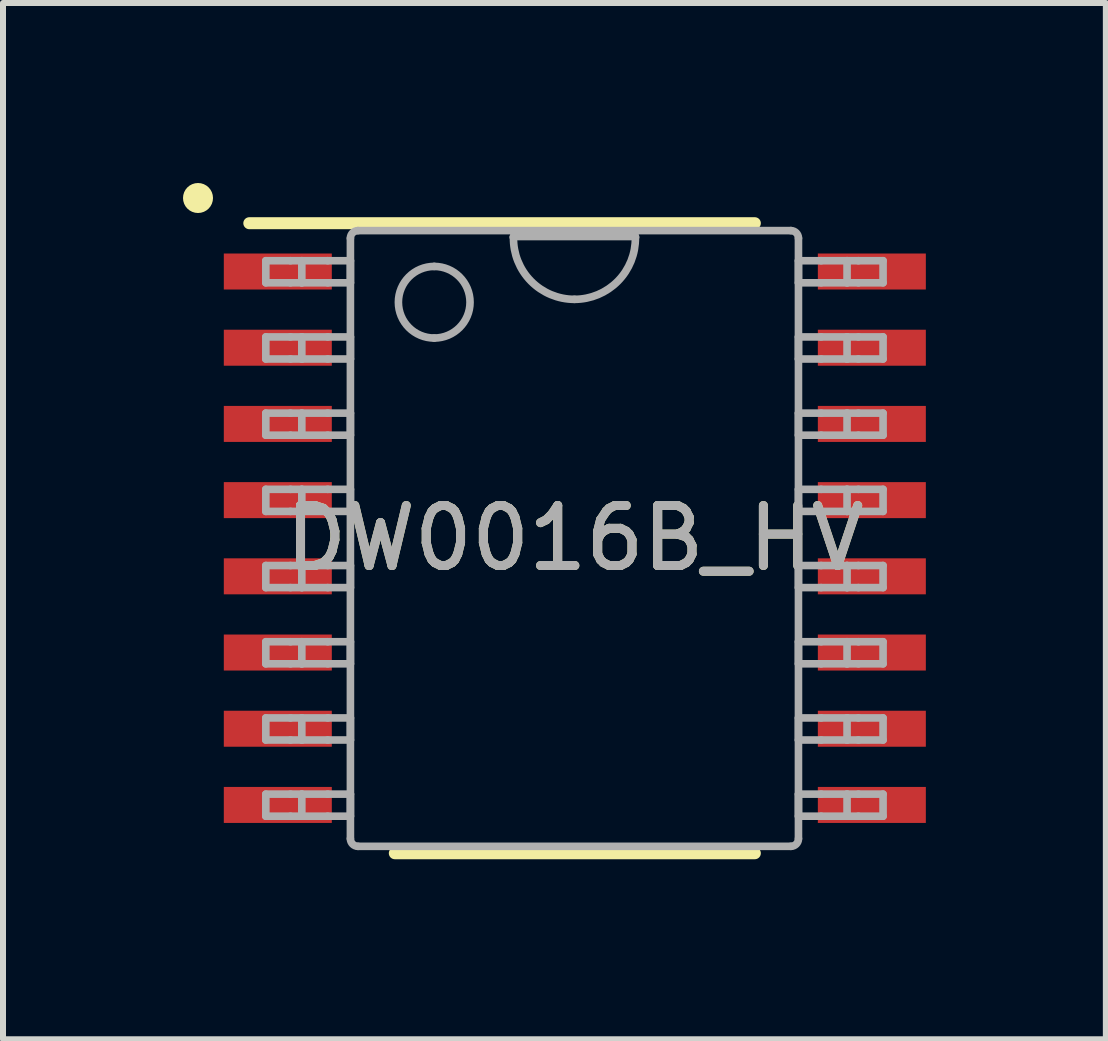
<source format=kicad_pcb>
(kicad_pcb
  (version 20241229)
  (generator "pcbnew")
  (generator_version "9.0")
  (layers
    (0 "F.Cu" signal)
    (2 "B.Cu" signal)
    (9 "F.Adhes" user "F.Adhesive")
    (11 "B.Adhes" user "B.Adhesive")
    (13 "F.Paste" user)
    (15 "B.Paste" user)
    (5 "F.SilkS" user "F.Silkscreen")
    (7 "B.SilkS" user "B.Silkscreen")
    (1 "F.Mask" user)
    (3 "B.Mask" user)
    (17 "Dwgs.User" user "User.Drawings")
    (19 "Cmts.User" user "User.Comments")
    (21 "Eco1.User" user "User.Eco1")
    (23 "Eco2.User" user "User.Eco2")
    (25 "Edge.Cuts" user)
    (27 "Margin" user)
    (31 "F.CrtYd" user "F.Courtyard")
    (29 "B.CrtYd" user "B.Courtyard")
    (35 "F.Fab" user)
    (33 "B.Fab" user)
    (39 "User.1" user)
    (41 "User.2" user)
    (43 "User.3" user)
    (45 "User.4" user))
  (footprint "DW0016B_HV"
    (layer "F.Cu")
    (at 6.53 5.92)
    (property "Reference" "DW0016B_HV" (at 0 0 0) (unlocked yes) (layer "F.SilkS") (effects (font (size 1 1) (thickness 0.15))))
    (attr smd)
    (fp_line (start -5.425 -5.25) (end 3 -5.25) (stroke (width 0.2) (type solid)) (layer "F.SilkS"))
    (fp_line (start -3 5.25) (end 3 5.25) (stroke (width 0.2) (type solid)) (layer "F.SilkS"))
    (fp_circle (center -6.28 -5.67) (end -6.28 -5.795) (stroke (width 0.25) (type solid)) (fill no) (layer "F.SilkS"))
    (fp_line (start -5.15 -4.625) (end -4.739 -4.625) (stroke (width 0.127) (type solid)) (layer "F.Fab"))
    (fp_line (start -5.15 -4.257) (end -5.15 -4.625) (stroke (width 0.127) (type solid)) (layer "F.Fab"))
    (fp_line (start -5.15 -4.257) (end -4.739 -4.257) (stroke (width 0.127) (type solid)) (layer "F.Fab"))
    (fp_line (start -5.15 -3.355) (end -4.739 -3.355) (stroke (width 0.127) (type solid)) (layer "F.Fab"))
    (fp_line (start -5.15 -2.987) (end -5.15 -3.355) (stroke (width 0.127) (type solid)) (layer "F.Fab"))
    (fp_line (start -5.15 -2.987) (end -4.739 -2.987) (stroke (width 0.127) (type solid)) (layer "F.Fab"))
    (fp_line (start -5.15 -2.085) (end -4.739 -2.085) (stroke (width 0.127) (type solid)) (layer "F.Fab"))
    (fp_line (start -5.15 -1.717) (end -5.15 -2.085) (stroke (width 0.127) (type solid)) (layer "F.Fab"))
    (fp_line (start -5.15 -1.717) (end -4.739 -1.717) (stroke (width 0.127) (type solid)) (layer "F.Fab"))
    (fp_line (start -5.15 -0.815) (end -4.739 -0.815) (stroke (width 0.127) (type solid)) (layer "F.Fab"))
    (fp_line (start -5.15 -0.447) (end -5.15 -0.815) (stroke (width 0.127) (type solid)) (layer "F.Fab"))
    (fp_line (start -5.15 -0.447) (end -4.739 -0.447) (stroke (width 0.127) (type solid)) (layer "F.Fab"))
    (fp_line (start -5.15 0.455) (end -4.739 0.455) (stroke (width 0.127) (type solid)) (layer "F.Fab"))
    (fp_line (start -5.15 0.823) (end -5.15 0.455) (stroke (width 0.127) (type solid)) (layer "F.Fab"))
    (fp_line (start -5.15 0.823) (end -4.739 0.823) (stroke (width 0.127) (type solid)) (layer "F.Fab"))
    (fp_line (start -5.15 1.725) (end -4.739 1.725) (stroke (width 0.127) (type solid)) (layer "F.Fab"))
    (fp_line (start -5.15 2.093) (end -5.15 1.725) (stroke (width 0.127) (type solid)) (layer "F.Fab"))
    (fp_line (start -5.15 2.093) (end -4.739 2.093) (stroke (width 0.127) (type solid)) (layer "F.Fab"))
    (fp_line (start -5.15 2.995) (end -4.739 2.995) (stroke (width 0.127) (type solid)) (layer "F.Fab"))
    (fp_line (start -5.15 3.363) (end -5.15 2.995) (stroke (width 0.127) (type solid)) (layer "F.Fab"))
    (fp_line (start -5.15 3.363) (end -4.739 3.363) (stroke (width 0.127) (type solid)) (layer "F.Fab"))
    (fp_line (start -5.15 4.265) (end -4.739 4.265) (stroke (width 0.127) (type solid)) (layer "F.Fab"))
    (fp_line (start -5.15 4.633) (end -5.15 4.265) (stroke (width 0.127) (type solid)) (layer "F.Fab"))
    (fp_line (start -5.15 4.633) (end -4.739 4.633) (stroke (width 0.127) (type solid)) (layer "F.Fab"))
    (fp_line (start -4.739 -4.625) (end -4.55 -4.625) (stroke (width 0.127) (type solid)) (layer "F.Fab"))
    (fp_line (start -4.739 -4.257) (end -4.55 -4.257) (stroke (width 0.127) (type solid)) (layer "F.Fab"))
    (fp_line (start -4.739 -3.355) (end -4.55 -3.355) (stroke (width 0.127) (type solid)) (layer "F.Fab"))
    (fp_line (start -4.739 -2.987) (end -4.55 -2.987) (stroke (width 0.127) (type solid)) (layer "F.Fab"))
    (fp_line (start -4.739 -2.085) (end -4.55 -2.085) (stroke (width 0.127) (type solid)) (layer "F.Fab"))
    (fp_line (start -4.739 -1.717) (end -4.55 -1.717) (stroke (width 0.127) (type solid)) (layer "F.Fab"))
    (fp_line (start -4.739 -0.815) (end -4.55 -0.815) (stroke (width 0.127) (type solid)) (layer "F.Fab"))
    (fp_line (start -4.739 -0.447) (end -4.55 -0.447) (stroke (width 0.127) (type solid)) (layer "F.Fab"))
    (fp_line (start -4.739 0.455) (end -4.55 0.455) (stroke (width 0.127) (type solid)) (layer "F.Fab"))
    (fp_line (start -4.739 0.823) (end -4.55 0.823) (stroke (width 0.127) (type solid)) (layer "F.Fab"))
    (fp_line (start -4.739 1.725) (end -4.55 1.725) (stroke (width 0.127) (type solid)) (layer "F.Fab"))
    (fp_line (start -4.739 2.093) (end -4.55 2.093) (stroke (width 0.127) (type solid)) (layer "F.Fab"))
    (fp_line (start -4.739 2.995) (end -4.55 2.995) (stroke (width 0.127) (type solid)) (layer "F.Fab"))
    (fp_line (start -4.739 3.363) (end -4.55 3.363) (stroke (width 0.127) (type solid)) (layer "F.Fab"))
    (fp_line (start -4.739 4.265) (end -4.55 4.265) (stroke (width 0.127) (type solid)) (layer "F.Fab"))
    (fp_line (start -4.739 4.633) (end -4.55 4.633) (stroke (width 0.127) (type solid)) (layer "F.Fab"))
    (fp_line (start -4.55 -4.625) (end -4.118 -4.625) (stroke (width 0.127) (type solid)) (layer "F.Fab"))
    (fp_line (start -4.55 -4.257) (end -4.55 -4.625) (stroke (width 0.127) (type solid)) (layer "F.Fab"))
    (fp_line (start -4.55 -4.257) (end -4.118 -4.257) (stroke (width 0.127) (type solid)) (layer "F.Fab"))
    (fp_line (start -4.55 -3.355) (end -4.118 -3.355) (stroke (width 0.127) (type solid)) (layer "F.Fab"))
    (fp_line (start -4.55 -2.987) (end -4.55 -3.355) (stroke (width 0.127) (type solid)) (layer "F.Fab"))
    (fp_line (start -4.55 -2.987) (end -4.118 -2.987) (stroke (width 0.127) (type solid)) (layer "F.Fab"))
    (fp_line (start -4.55 -2.085) (end -4.118 -2.085) (stroke (width 0.127) (type solid)) (layer "F.Fab"))
    (fp_line (start -4.55 -1.717) (end -4.55 -2.085) (stroke (width 0.127) (type solid)) (layer "F.Fab"))
    (fp_line (start -4.55 -1.717) (end -4.118 -1.717) (stroke (width 0.127) (type solid)) (layer "F.Fab"))
    (fp_line (start -4.55 -0.815) (end -4.118 -0.815) (stroke (width 0.127) (type solid)) (layer "F.Fab"))
    (fp_line (start -4.55 -0.447) (end -4.55 -0.815) (stroke (width 0.127) (type solid)) (layer "F.Fab"))
    (fp_line (start -4.55 -0.447) (end -4.118 -0.447) (stroke (width 0.127) (type solid)) (layer "F.Fab"))
    (fp_line (start -4.55 0.455) (end -4.118 0.455) (stroke (width 0.127) (type solid)) (layer "F.Fab"))
    (fp_line (start -4.55 0.823) (end -4.55 0.455) (stroke (width 0.127) (type solid)) (layer "F.Fab"))
    (fp_line (start -4.55 0.823) (end -4.118 0.823) (stroke (width 0.127) (type solid)) (layer "F.Fab"))
    (fp_line (start -4.55 1.725) (end -4.118 1.725) (stroke (width 0.127) (type solid)) (layer "F.Fab"))
    (fp_line (start -4.55 2.093) (end -4.55 1.725) (stroke (width 0.127) (type solid)) (layer "F.Fab"))
    (fp_line (start -4.55 2.093) (end -4.118 2.093) (stroke (width 0.127) (type solid)) (layer "F.Fab"))
    (fp_line (start -4.55 2.995) (end -4.118 2.995) (stroke (width 0.127) (type solid)) (layer "F.Fab"))
    (fp_line (start -4.55 3.363) (end -4.55 2.995) (stroke (width 0.127) (type solid)) (layer "F.Fab"))
    (fp_line (start -4.55 3.363) (end -4.118 3.363) (stroke (width 0.127) (type solid)) (layer "F.Fab"))
    (fp_line (start -4.55 4.265) (end -4.118 4.265) (stroke (width 0.127) (type solid)) (layer "F.Fab"))
    (fp_line (start -4.55 4.633) (end -4.55 4.265) (stroke (width 0.127) (type solid)) (layer "F.Fab"))
    (fp_line (start -4.55 4.633) (end -4.118 4.633) (stroke (width 0.127) (type solid)) (layer "F.Fab"))
    (fp_line (start -4.118 -4.625) (end -3.74 -4.625) (stroke (width 0.127) (type solid)) (layer "F.Fab"))
    (fp_line (start -4.118 -4.257) (end -3.74 -4.257) (stroke (width 0.127) (type solid)) (layer "F.Fab"))
    (fp_line (start -4.118 -3.355) (end -3.74 -3.355) (stroke (width 0.127) (type solid)) (layer "F.Fab"))
    (fp_line (start -4.118 -2.987) (end -3.74 -2.987) (stroke (width 0.127) (type solid)) (layer "F.Fab"))
    (fp_line (start -4.118 -2.085) (end -3.74 -2.085) (stroke (width 0.127) (type solid)) (layer "F.Fab"))
    (fp_line (start -4.118 -1.717) (end -3.74 -1.717) (stroke (width 0.127) (type solid)) (layer "F.Fab"))
    (fp_line (start -4.118 -0.815) (end -3.74 -0.815) (stroke (width 0.127) (type solid)) (layer "F.Fab"))
    (fp_line (start -4.118 -0.447) (end -3.74 -0.447) (stroke (width 0.127) (type solid)) (layer "F.Fab"))
    (fp_line (start -4.118 0.455) (end -3.74 0.455) (stroke (width 0.127) (type solid)) (layer "F.Fab"))
    (fp_line (start -4.118 0.823) (end -3.74 0.823) (stroke (width 0.127) (type solid)) (layer "F.Fab"))
    (fp_line (start -4.118 1.725) (end -3.74 1.725) (stroke (width 0.127) (type solid)) (layer "F.Fab"))
    (fp_line (start -4.118 2.093) (end -3.74 2.093) (stroke (width 0.127) (type solid)) (layer "F.Fab"))
    (fp_line (start -4.118 2.995) (end -3.74 2.995) (stroke (width 0.127) (type solid)) (layer "F.Fab"))
    (fp_line (start -4.118 3.363) (end -3.74 3.363) (stroke (width 0.127) (type solid)) (layer "F.Fab"))
    (fp_line (start -4.118 4.265) (end -3.74 4.265) (stroke (width 0.127) (type solid)) (layer "F.Fab"))
    (fp_line (start -4.118 4.633) (end -3.74 4.633) (stroke (width 0.127) (type solid)) (layer "F.Fab"))
    (fp_line (start -3.74 -4.257) (end -3.74 -4.625) (stroke (width 0.127) (type solid)) (layer "F.Fab"))
    (fp_line (start -3.74 -2.987) (end -3.74 -3.355) (stroke (width 0.127) (type solid)) (layer "F.Fab"))
    (fp_line (start -3.74 -1.717) (end -3.74 -2.085) (stroke (width 0.127) (type solid)) (layer "F.Fab"))
    (fp_line (start -3.74 -0.447) (end -3.74 -0.815) (stroke (width 0.127) (type solid)) (layer "F.Fab"))
    (fp_line (start -3.74 0.823) (end -3.74 0.455) (stroke (width 0.127) (type solid)) (layer "F.Fab"))
    (fp_line (start -3.74 2.093) (end -3.74 1.725) (stroke (width 0.127) (type solid)) (layer "F.Fab"))
    (fp_line (start -3.74 3.363) (end -3.74 2.995) (stroke (width 0.127) (type solid)) (layer "F.Fab"))
    (fp_line (start -3.74 4.633) (end -3.74 4.265) (stroke (width 0.127) (type solid)) (layer "F.Fab"))
    (fp_line (start -3.74 5.008) (end -3.74 -5) (stroke (width 0.127) (type solid)) (layer "F.Fab"))
    (fp_line (start -3.614 -5.127) (end 3.601 -5.127) (stroke (width 0.127) (type solid)) (layer "F.Fab"))
    (fp_line (start -3.614 5.135) (end 3.601 5.135) (stroke (width 0.127) (type solid)) (layer "F.Fab"))
    (fp_line (start -1.023 -5.011) (end -1.022 -5.013) (stroke (width 0.127) (type solid)) (layer "F.Fab"))
    (fp_line (start -1.022 -5.013) (end -1.022 -5.028) (stroke (width 0.127) (type solid)) (layer "F.Fab"))
    (fp_line (start -1.022 -5.028) (end 1.009 -5.028) (stroke (width 0.127) (type solid)) (layer "F.Fab"))
    (fp_line (start 1.009 -5.028) (end 1.009 -5.013) (stroke (width 0.127) (type solid)) (layer "F.Fab"))
    (fp_line (start 1.009 -5.013) (end 1.01 -5.011) (stroke (width 0.127) (type solid)) (layer "F.Fab"))
    (fp_line (start 3.727 -4.625) (end 4.105 -4.625) (stroke (width 0.127) (type solid)) (layer "F.Fab"))
    (fp_line (start 3.727 -4.257) (end 3.727 -4.625) (stroke (width 0.127) (type solid)) (layer "F.Fab"))
    (fp_line (start 3.727 -4.257) (end 4.105 -4.257) (stroke (width 0.127) (type solid)) (layer "F.Fab"))
    (fp_line (start 3.727 -3.355) (end 4.105 -3.355) (stroke (width 0.127) (type solid)) (layer "F.Fab"))
    (fp_line (start 3.727 -2.987) (end 3.727 -3.355) (stroke (width 0.127) (type solid)) (layer "F.Fab"))
    (fp_line (start 3.727 -2.987) (end 4.105 -2.987) (stroke (width 0.127) (type solid)) (layer "F.Fab"))
    (fp_line (start 3.727 -2.085) (end 4.105 -2.085) (stroke (width 0.127) (type solid)) (layer "F.Fab"))
    (fp_line (start 3.727 -1.717) (end 3.727 -2.085) (stroke (width 0.127) (type solid)) (layer "F.Fab"))
    (fp_line (start 3.727 -1.717) (end 4.105 -1.717) (stroke (width 0.127) (type solid)) (layer "F.Fab"))
    (fp_line (start 3.727 -0.815) (end 4.105 -0.815) (stroke (width 0.127) (type solid)) (layer "F.Fab"))
    (fp_line (start 3.727 -0.447) (end 3.727 -0.815) (stroke (width 0.127) (type solid)) (layer "F.Fab"))
    (fp_line (start 3.727 -0.447) (end 4.105 -0.447) (stroke (width 0.127) (type solid)) (layer "F.Fab"))
    (fp_line (start 3.727 0.455) (end 4.105 0.455) (stroke (width 0.127) (type solid)) (layer "F.Fab"))
    (fp_line (start 3.727 0.823) (end 3.727 0.455) (stroke (width 0.127) (type solid)) (layer "F.Fab"))
    (fp_line (start 3.727 0.823) (end 4.105 0.823) (stroke (width 0.127) (type solid)) (layer "F.Fab"))
    (fp_line (start 3.727 1.725) (end 4.105 1.725) (stroke (width 0.127) (type solid)) (layer "F.Fab"))
    (fp_line (start 3.727 2.093) (end 3.727 1.725) (stroke (width 0.127) (type solid)) (layer "F.Fab"))
    (fp_line (start 3.727 2.093) (end 4.105 2.093) (stroke (width 0.127) (type solid)) (layer "F.Fab"))
    (fp_line (start 3.727 2.995) (end 4.105 2.995) (stroke (width 0.127) (type solid)) (layer "F.Fab"))
    (fp_line (start 3.727 3.363) (end 3.727 2.995) (stroke (width 0.127) (type solid)) (layer "F.Fab"))
    (fp_line (start 3.727 3.363) (end 4.105 3.363) (stroke (width 0.127) (type solid)) (layer "F.Fab"))
    (fp_line (start 3.727 4.265) (end 4.105 4.265) (stroke (width 0.127) (type solid)) (layer "F.Fab"))
    (fp_line (start 3.727 4.633) (end 3.727 4.265) (stroke (width 0.127) (type solid)) (layer "F.Fab"))
    (fp_line (start 3.727 4.633) (end 4.105 4.633) (stroke (width 0.127) (type solid)) (layer "F.Fab"))
    (fp_line (start 3.727 5.008) (end 3.727 -5) (stroke (width 0.127) (type solid)) (layer "F.Fab"))
    (fp_line (start 4.105 -4.625) (end 4.537 -4.625) (stroke (width 0.127) (type solid)) (layer "F.Fab"))
    (fp_line (start 4.105 -4.257) (end 4.537 -4.257) (stroke (width 0.127) (type solid)) (layer "F.Fab"))
    (fp_line (start 4.105 -3.355) (end 4.537 -3.355) (stroke (width 0.127) (type solid)) (layer "F.Fab"))
    (fp_line (start 4.105 -2.987) (end 4.537 -2.987) (stroke (width 0.127) (type solid)) (layer "F.Fab"))
    (fp_line (start 4.105 -2.085) (end 4.537 -2.085) (stroke (width 0.127) (type solid)) (layer "F.Fab"))
    (fp_line (start 4.105 -1.717) (end 4.537 -1.717) (stroke (width 0.127) (type solid)) (layer "F.Fab"))
    (fp_line (start 4.105 -0.815) (end 4.537 -0.815) (stroke (width 0.127) (type solid)) (layer "F.Fab"))
    (fp_line (start 4.105 -0.447) (end 4.537 -0.447) (stroke (width 0.127) (type solid)) (layer "F.Fab"))
    (fp_line (start 4.105 0.455) (end 4.537 0.455) (stroke (width 0.127) (type solid)) (layer "F.Fab"))
    (fp_line (start 4.105 0.823) (end 4.537 0.823) (stroke (width 0.127) (type solid)) (layer "F.Fab"))
    (fp_line (start 4.105 1.725) (end 4.537 1.725) (stroke (width 0.127) (type solid)) (layer "F.Fab"))
    (fp_line (start 4.105 2.093) (end 4.537 2.093) (stroke (width 0.127) (type solid)) (layer "F.Fab"))
    (fp_line (start 4.105 2.995) (end 4.537 2.995) (stroke (width 0.127) (type solid)) (layer "F.Fab"))
    (fp_line (start 4.105 3.363) (end 4.537 3.363) (stroke (width 0.127) (type solid)) (layer "F.Fab"))
    (fp_line (start 4.105 4.265) (end 4.537 4.265) (stroke (width 0.127) (type solid)) (layer "F.Fab"))
    (fp_line (start 4.105 4.633) (end 4.537 4.633) (stroke (width 0.127) (type solid)) (layer "F.Fab"))
    (fp_line (start 4.537 -4.625) (end 4.726 -4.625) (stroke (width 0.127) (type solid)) (layer "F.Fab"))
    (fp_line (start 4.537 -4.257) (end 4.537 -4.625) (stroke (width 0.127) (type solid)) (layer "F.Fab"))
    (fp_line (start 4.537 -4.257) (end 4.726 -4.257) (stroke (width 0.127) (type solid)) (layer "F.Fab"))
    (fp_line (start 4.537 -3.355) (end 4.726 -3.355) (stroke (width 0.127) (type solid)) (layer "F.Fab"))
    (fp_line (start 4.537 -2.987) (end 4.537 -3.355) (stroke (width 0.127) (type solid)) (layer "F.Fab"))
    (fp_line (start 4.537 -2.987) (end 4.726 -2.987) (stroke (width 0.127) (type solid)) (layer "F.Fab"))
    (fp_line (start 4.537 -2.085) (end 4.726 -2.085) (stroke (width 0.127) (type solid)) (layer "F.Fab"))
    (fp_line (start 4.537 -1.717) (end 4.537 -2.085) (stroke (width 0.127) (type solid)) (layer "F.Fab"))
    (fp_line (start 4.537 -1.717) (end 4.726 -1.717) (stroke (width 0.127) (type solid)) (layer "F.Fab"))
    (fp_line (start 4.537 -0.815) (end 4.726 -0.815) (stroke (width 0.127) (type solid)) (layer "F.Fab"))
    (fp_line (start 4.537 -0.447) (end 4.537 -0.815) (stroke (width 0.127) (type solid)) (layer "F.Fab"))
    (fp_line (start 4.537 -0.447) (end 4.726 -0.447) (stroke (width 0.127) (type solid)) (layer "F.Fab"))
    (fp_line (start 4.537 0.455) (end 4.726 0.455) (stroke (width 0.127) (type solid)) (layer "F.Fab"))
    (fp_line (start 4.537 0.823) (end 4.537 0.455) (stroke (width 0.127) (type solid)) (layer "F.Fab"))
    (fp_line (start 4.537 0.823) (end 4.726 0.823) (stroke (width 0.127) (type solid)) (layer "F.Fab"))
    (fp_line (start 4.537 1.725) (end 4.726 1.725) (stroke (width 0.127) (type solid)) (layer "F.Fab"))
    (fp_line (start 4.537 2.093) (end 4.537 1.725) (stroke (width 0.127) (type solid)) (layer "F.Fab"))
    (fp_line (start 4.537 2.093) (end 4.726 2.093) (stroke (width 0.127) (type solid)) (layer "F.Fab"))
    (fp_line (start 4.537 2.995) (end 4.726 2.995) (stroke (width 0.127) (type solid)) (layer "F.Fab"))
    (fp_line (start 4.537 3.363) (end 4.537 2.995) (stroke (width 0.127) (type solid)) (layer "F.Fab"))
    (fp_line (start 4.537 3.363) (end 4.726 3.363) (stroke (width 0.127) (type solid)) (layer "F.Fab"))
    (fp_line (start 4.537 4.265) (end 4.726 4.265) (stroke (width 0.127) (type solid)) (layer "F.Fab"))
    (fp_line (start 4.537 4.633) (end 4.537 4.265) (stroke (width 0.127) (type solid)) (layer "F.Fab"))
    (fp_line (start 4.537 4.633) (end 4.726 4.633) (stroke (width 0.127) (type solid)) (layer "F.Fab"))
    (fp_line (start 4.726 -4.625) (end 5.137 -4.625) (stroke (width 0.127) (type solid)) (layer "F.Fab"))
    (fp_line (start 4.726 -4.257) (end 5.137 -4.257) (stroke (width 0.127) (type solid)) (layer "F.Fab"))
    (fp_line (start 4.726 -3.355) (end 5.137 -3.355) (stroke (width 0.127) (type solid)) (layer "F.Fab"))
    (fp_line (start 4.726 -2.987) (end 5.137 -2.987) (stroke (width 0.127) (type solid)) (layer "F.Fab"))
    (fp_line (start 4.726 -2.085) (end 5.137 -2.085) (stroke (width 0.127) (type solid)) (layer "F.Fab"))
    (fp_line (start 4.726 -1.717) (end 5.137 -1.717) (stroke (width 0.127) (type solid)) (layer "F.Fab"))
    (fp_line (start 4.726 -0.815) (end 5.137 -0.815) (stroke (width 0.127) (type solid)) (layer "F.Fab"))
    (fp_line (start 4.726 -0.447) (end 5.137 -0.447) (stroke (width 0.127) (type solid)) (layer "F.Fab"))
    (fp_line (start 4.726 0.455) (end 5.137 0.455) (stroke (width 0.127) (type solid)) (layer "F.Fab"))
    (fp_line (start 4.726 0.823) (end 5.137 0.823) (stroke (width 0.127) (type solid)) (layer "F.Fab"))
    (fp_line (start 4.726 1.725) (end 5.137 1.725) (stroke (width 0.127) (type solid)) (layer "F.Fab"))
    (fp_line (start 4.726 2.093) (end 5.137 2.093) (stroke (width 0.127) (type solid)) (layer "F.Fab"))
    (fp_line (start 4.726 2.995) (end 5.137 2.995) (stroke (width 0.127) (type solid)) (layer "F.Fab"))
    (fp_line (start 4.726 3.363) (end 5.137 3.363) (stroke (width 0.127) (type solid)) (layer "F.Fab"))
    (fp_line (start 4.726 4.265) (end 5.137 4.265) (stroke (width 0.127) (type solid)) (layer "F.Fab"))
    (fp_line (start 4.726 4.633) (end 5.137 4.633) (stroke (width 0.127) (type solid)) (layer "F.Fab"))
    (fp_line (start 5.137 -4.257) (end 5.137 -4.625) (stroke (width 0.127) (type solid)) (layer "F.Fab"))
    (fp_line (start 5.137 -2.987) (end 5.137 -3.355) (stroke (width 0.127) (type solid)) (layer "F.Fab"))
    (fp_line (start 5.137 -1.717) (end 5.137 -2.085) (stroke (width 0.127) (type solid)) (layer "F.Fab"))
    (fp_line (start 5.137 -0.447) (end 5.137 -0.815) (stroke (width 0.127) (type solid)) (layer "F.Fab"))
    (fp_line (start 5.137 0.823) (end 5.137 0.455) (stroke (width 0.127) (type solid)) (layer "F.Fab"))
    (fp_line (start 5.137 2.093) (end 5.137 1.725) (stroke (width 0.127) (type solid)) (layer "F.Fab"))
    (fp_line (start 5.137 3.363) (end 5.137 2.995) (stroke (width 0.127) (type solid)) (layer "F.Fab"))
    (fp_line (start 5.137 4.633) (end 5.137 4.265) (stroke (width 0.127) (type solid)) (layer "F.Fab"))
    (fp_arc (start -3.740299 -5.000131) (mid -3.703105 -5.089455) (end -3.613781 -5.126649) (stroke (width 0.127) (type solid)) (layer "F.Fab"))
    (fp_arc (start -3.613781 5.134949) (mid -3.703105 5.097755) (end -3.740299 5.008432) (stroke (width 0.127) (type solid)) (layer "F.Fab"))
    (fp_arc (start -2.3433 -4.52975) (mid -1.7464 -3.93285) (end -2.3433 -3.33595) (stroke (width 0.127) (type solid)) (layer "F.Fab"))
    (fp_arc (start -2.3433 -3.33595) (mid -2.9402 -3.93285) (end -2.3433 -4.52975) (stroke (width 0.127) (type solid)) (layer "F.Fab"))
    (fp_arc (start -0.006501 -3.981237) (mid -0.730318 -4.284237) (end -1.0224 -5.012529) (stroke (width 0.127) (type solid)) (layer "F.Fab"))
    (fp_arc (start 1.009375 -5.012528) (mid 0.717306 -4.284242) (end -0.006499 -3.981237) (stroke (width 0.127) (type solid)) (layer "F.Fab"))
    (fp_arc (start 3.600756 -5.126649) (mid 3.690092 -5.08946) (end 3.727299 -5.000131) (stroke (width 0.127) (type solid)) (layer "F.Fab"))
    (fp_arc (start 3.727299 5.008432) (mid 3.690092 5.09776) (end 3.600756 5.13495) (stroke (width 0.127) (type solid)) (layer "F.Fab"))
    (fp_text user "${REFERENCE}" (at 0 0 0) (unlocked yes) (layer "F.Fab") (effects (font (size 1 1) (thickness 0.15))))
    (pad "1" smd rect (at -4.875 -4.445 90) (size 0.6 1.8) (drill (offset 0 -0.075)) (layers "F.Cu" "F.Mask" "F.Paste"))
    (pad "2" smd rect (at -4.875 -3.175 90) (size 0.6 1.8) (drill (offset 0 -0.075)) (layers "F.Cu" "F.Mask" "F.Paste"))
    (pad "3" smd rect (at -4.875 -1.905 90) (size 0.6 1.8) (drill (offset 0 -0.075)) (layers "F.Cu" "F.Mask" "F.Paste"))
    (pad "4" smd rect (at -4.875 -0.635 90) (size 0.6 1.8) (drill (offset 0 -0.075)) (layers "F.Cu" "F.Mask" "F.Paste"))
    (pad "5" smd rect (at -4.875 0.635 90) (size 0.6 1.8) (drill (offset 0 -0.075)) (layers "F.Cu" "F.Mask" "F.Paste"))
    (pad "6" smd rect (at -4.875 1.905 90) (size 0.6 1.8) (drill (offset 0 -0.075)) (layers "F.Cu" "F.Mask" "F.Paste"))
    (pad "7" smd rect (at -4.875 3.175 90) (size 0.6 1.8) (drill (offset 0 -0.075)) (layers "F.Cu" "F.Mask" "F.Paste"))
    (pad "8" smd rect (at -4.875 4.445 90) (size 0.6 1.8) (drill (offset 0 -0.075)) (layers "F.Cu" "F.Mask" "F.Paste"))
    (pad "9" smd rect (at 4.875 4.445 90) (size 0.6 1.8) (drill (offset 0 0.075)) (layers "F.Cu" "F.Mask" "F.Paste"))
    (pad "10" smd rect (at 4.875 3.175 90) (size 0.6 1.8) (drill (offset 0 0.075)) (layers "F.Cu" "F.Mask" "F.Paste"))
    (pad "11" smd rect (at 4.875 1.905 90) (size 0.6 1.8) (drill (offset 0 0.075)) (layers "F.Cu" "F.Mask" "F.Paste"))
    (pad "12" smd rect (at 4.875 0.635 90) (size 0.6 1.8) (drill (offset 0 0.075)) (layers "F.Cu" "F.Mask" "F.Paste"))
    (pad "13" smd rect (at 4.875 -0.635 90) (size 0.6 1.8) (drill (offset 0 0.075)) (layers "F.Cu" "F.Mask" "F.Paste"))
    (pad "14" smd rect (at 4.875 -1.905 90) (size 0.6 1.8) (drill (offset 0 0.075)) (layers "F.Cu" "F.Mask" "F.Paste"))
    (pad "15" smd rect (at 4.875 -3.175 90) (size 0.6 1.8) (drill (offset 0 0.075)) (layers "F.Cu" "F.Mask" "F.Paste"))
    (pad "16" smd rect (at 4.875 -4.445 90) (size 0.6 1.8) (drill (offset 0 0.075)) (layers "F.Cu" "F.Mask" "F.Paste")))
  (gr_rect
    (start -3 -3)
    (end 15.38 14.27)
    (stroke (width 0.1) (type default))
    (fill no)
    (layer "Edge.Cuts")))
</source>
